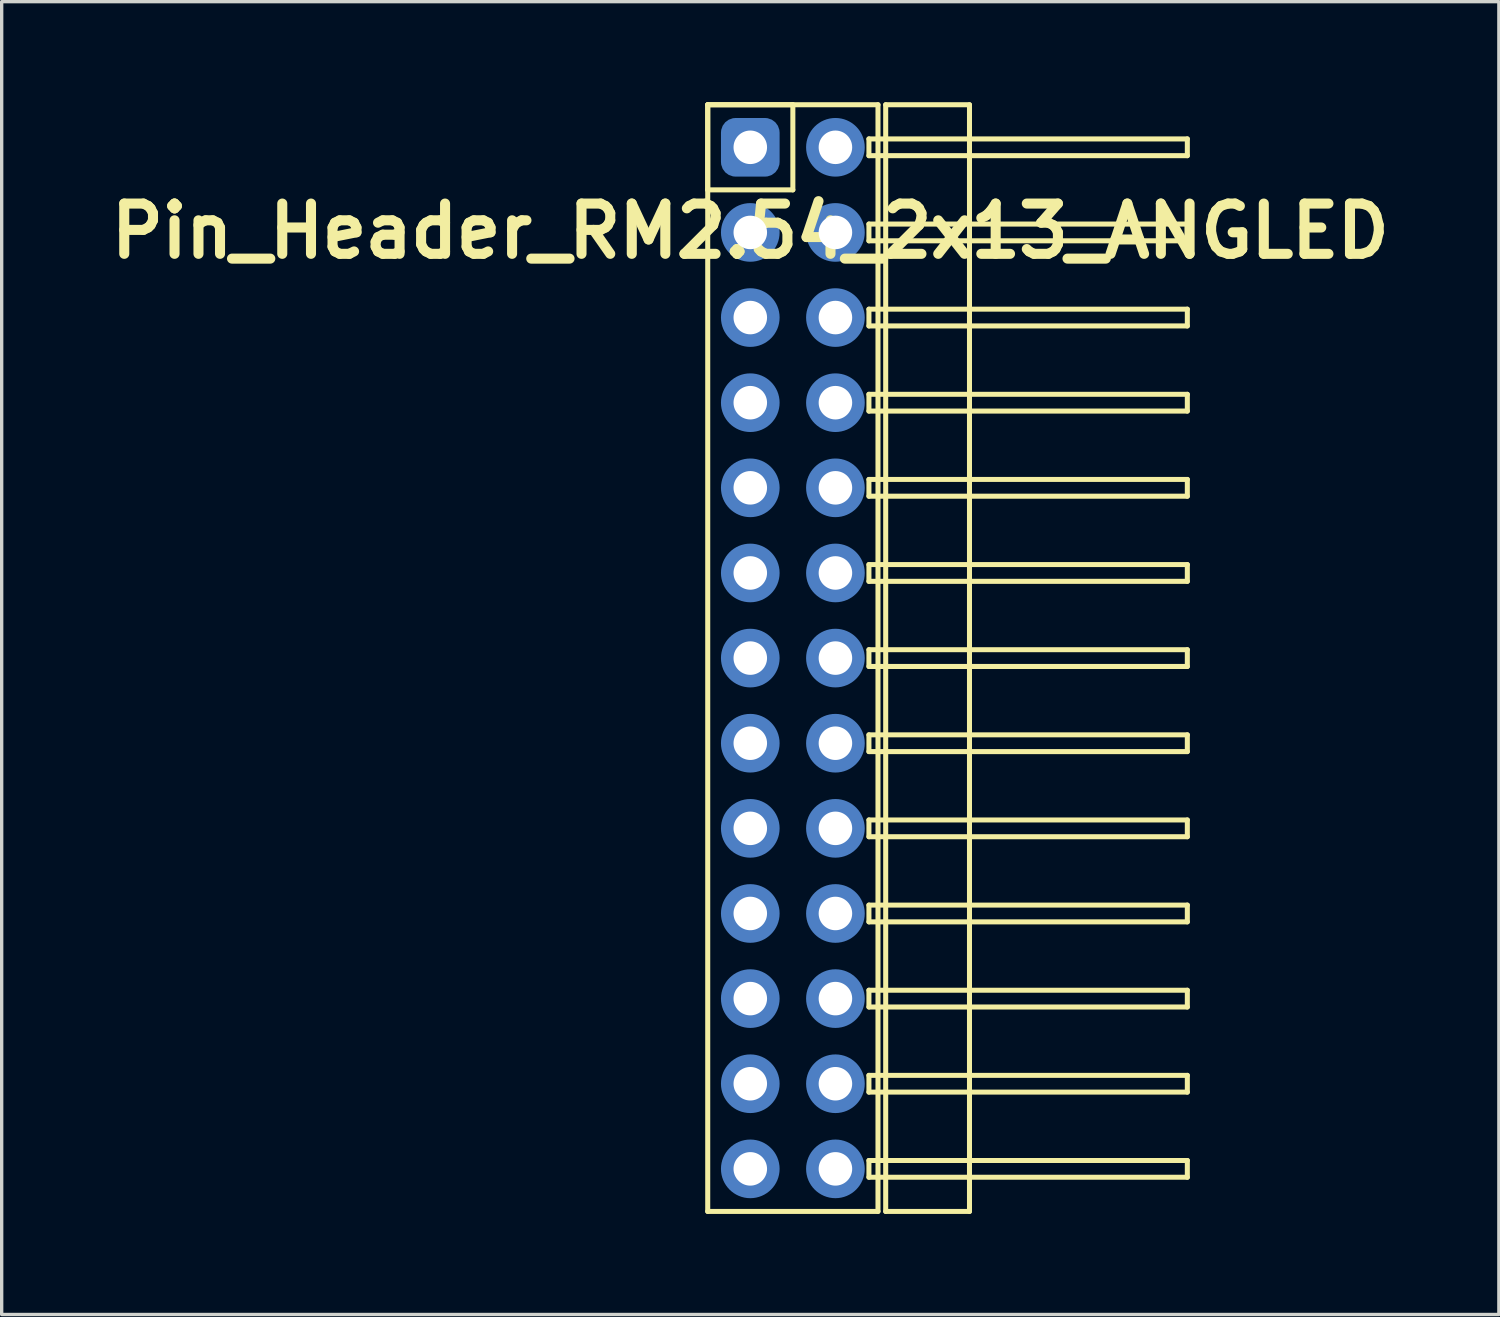
<source format=kicad_pcb>
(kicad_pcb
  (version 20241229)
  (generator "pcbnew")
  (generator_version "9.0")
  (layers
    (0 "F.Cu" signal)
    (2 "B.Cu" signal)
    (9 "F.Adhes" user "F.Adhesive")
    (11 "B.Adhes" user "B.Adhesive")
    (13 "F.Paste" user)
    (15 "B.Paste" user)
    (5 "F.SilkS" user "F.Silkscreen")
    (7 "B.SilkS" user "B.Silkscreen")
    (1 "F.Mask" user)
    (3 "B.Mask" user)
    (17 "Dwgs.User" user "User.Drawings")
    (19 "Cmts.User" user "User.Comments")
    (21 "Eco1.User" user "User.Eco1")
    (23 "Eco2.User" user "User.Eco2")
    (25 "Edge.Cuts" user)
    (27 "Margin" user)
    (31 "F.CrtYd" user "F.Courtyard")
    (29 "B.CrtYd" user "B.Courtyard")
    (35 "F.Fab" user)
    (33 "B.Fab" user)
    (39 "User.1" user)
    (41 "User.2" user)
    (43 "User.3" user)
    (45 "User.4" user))
  (footprint "Pin_Header_RM2.54_2x13_ANGLED"
    (layer "F.Cu")
    (at 19.336 1.345)
    (property "Reference" "Pin_Header_RM2.54_2x13_ANGLED" (at 0 2.5 0) (layer "F.SilkS") (effects (font (size 1.5 1.5) (thickness 0.3))))
    (attr through_hole)
    (fp_line (start -1.27 -1.27) (end 1.27 -1.27) (stroke (width 0.15) (type solid)) (layer "F.SilkS"))
    (fp_line (start -1.27 -1.27) (end 3.81 -1.27) (stroke (width 0.15) (type solid)) (layer "F.SilkS"))
    (fp_line (start -1.27 1.27) (end -1.27 -1.27) (stroke (width 0.15) (type solid)) (layer "F.SilkS"))
    (fp_line (start -1.27 31.75) (end -1.27 -1.27) (stroke (width 0.15) (type solid)) (layer "F.SilkS"))
    (fp_line (start 1.27 -1.27) (end 1.27 1.27) (stroke (width 0.15) (type solid)) (layer "F.SilkS"))
    (fp_line (start 1.27 1.27) (end -1.27 1.27) (stroke (width 0.15) (type solid)) (layer "F.SilkS"))
    (fp_line (start 3.54 -0.25) (end 13.04 -0.25) (stroke (width 0.15) (type solid)) (layer "F.SilkS"))
    (fp_line (start 3.54 0.25) (end 3.54 -0.25) (stroke (width 0.15) (type solid)) (layer "F.SilkS"))
    (fp_line (start 3.54 2.29) (end 13.04 2.29) (stroke (width 0.15) (type solid)) (layer "F.SilkS"))
    (fp_line (start 3.54 2.79) (end 3.54 2.29) (stroke (width 0.15) (type solid)) (layer "F.SilkS"))
    (fp_line (start 3.54 4.83) (end 13.04 4.83) (stroke (width 0.15) (type solid)) (layer "F.SilkS"))
    (fp_line (start 3.54 5.33) (end 3.54 4.83) (stroke (width 0.15) (type solid)) (layer "F.SilkS"))
    (fp_line (start 3.54 7.37) (end 13.04 7.37) (stroke (width 0.15) (type solid)) (layer "F.SilkS"))
    (fp_line (start 3.54 7.87) (end 3.54 7.37) (stroke (width 0.15) (type solid)) (layer "F.SilkS"))
    (fp_line (start 3.54 9.91) (end 13.04 9.91) (stroke (width 0.15) (type solid)) (layer "F.SilkS"))
    (fp_line (start 3.54 10.41) (end 3.54 9.91) (stroke (width 0.15) (type solid)) (layer "F.SilkS"))
    (fp_line (start 3.54 12.45) (end 13.04 12.45) (stroke (width 0.15) (type solid)) (layer "F.SilkS"))
    (fp_line (start 3.54 12.95) (end 3.54 12.45) (stroke (width 0.15) (type solid)) (layer "F.SilkS"))
    (fp_line (start 3.54 14.99) (end 13.04 14.99) (stroke (width 0.15) (type solid)) (layer "F.SilkS"))
    (fp_line (start 3.54 15.49) (end 3.54 14.99) (stroke (width 0.15) (type solid)) (layer "F.SilkS"))
    (fp_line (start 3.54 17.53) (end 13.04 17.53) (stroke (width 0.15) (type solid)) (layer "F.SilkS"))
    (fp_line (start 3.54 18.03) (end 3.54 17.53) (stroke (width 0.15) (type solid)) (layer "F.SilkS"))
    (fp_line (start 3.54 20.07) (end 13.04 20.07) (stroke (width 0.15) (type solid)) (layer "F.SilkS"))
    (fp_line (start 3.54 20.57) (end 3.54 20.07) (stroke (width 0.15) (type solid)) (layer "F.SilkS"))
    (fp_line (start 3.54 22.61) (end 13.04 22.61) (stroke (width 0.15) (type solid)) (layer "F.SilkS"))
    (fp_line (start 3.54 23.11) (end 3.54 22.61) (stroke (width 0.15) (type solid)) (layer "F.SilkS"))
    (fp_line (start 3.54 25.15) (end 13.04 25.15) (stroke (width 0.15) (type solid)) (layer "F.SilkS"))
    (fp_line (start 3.54 25.65) (end 3.54 25.15) (stroke (width 0.15) (type solid)) (layer "F.SilkS"))
    (fp_line (start 3.54 27.69) (end 13.04 27.69) (stroke (width 0.15) (type solid)) (layer "F.SilkS"))
    (fp_line (start 3.54 28.19) (end 3.54 27.69) (stroke (width 0.15) (type solid)) (layer "F.SilkS"))
    (fp_line (start 3.54 30.23) (end 13.04 30.23) (stroke (width 0.15) (type solid)) (layer "F.SilkS"))
    (fp_line (start 3.54 30.73) (end 3.54 30.23) (stroke (width 0.15) (type solid)) (layer "F.SilkS"))
    (fp_line (start 3.81 -1.27) (end 3.81 31.75) (stroke (width 0.15) (type solid)) (layer "F.SilkS"))
    (fp_line (start 3.81 31.75) (end -1.27 31.75) (stroke (width 0.15) (type solid)) (layer "F.SilkS"))
    (fp_line (start 4.04 -1.27) (end 6.54 -1.27) (stroke (width 0.15) (type solid)) (layer "F.SilkS"))
    (fp_line (start 4.04 31.75) (end 4.04 -1.27) (stroke (width 0.15) (type solid)) (layer "F.SilkS"))
    (fp_line (start 6.54 -1.27) (end 6.54 31.75) (stroke (width 0.15) (type solid)) (layer "F.SilkS"))
    (fp_line (start 6.54 31.75) (end 4.04 31.75) (stroke (width 0.15) (type solid)) (layer "F.SilkS"))
    (fp_line (start 13.04 -0.25) (end 13.04 0.25) (stroke (width 0.15) (type solid)) (layer "F.SilkS"))
    (fp_line (start 13.04 0.25) (end 3.54 0.25) (stroke (width 0.15) (type solid)) (layer "F.SilkS"))
    (fp_line (start 13.04 2.29) (end 13.04 2.79) (stroke (width 0.15) (type solid)) (layer "F.SilkS"))
    (fp_line (start 13.04 2.79) (end 3.54 2.79) (stroke (width 0.15) (type solid)) (layer "F.SilkS"))
    (fp_line (start 13.04 4.83) (end 13.04 5.33) (stroke (width 0.15) (type solid)) (layer "F.SilkS"))
    (fp_line (start 13.04 5.33) (end 3.54 5.33) (stroke (width 0.15) (type solid)) (layer "F.SilkS"))
    (fp_line (start 13.04 7.37) (end 13.04 7.87) (stroke (width 0.15) (type solid)) (layer "F.SilkS"))
    (fp_line (start 13.04 7.87) (end 3.54 7.87) (stroke (width 0.15) (type solid)) (layer "F.SilkS"))
    (fp_line (start 13.04 9.91) (end 13.04 10.41) (stroke (width 0.15) (type solid)) (layer "F.SilkS"))
    (fp_line (start 13.04 10.41) (end 3.54 10.41) (stroke (width 0.15) (type solid)) (layer "F.SilkS"))
    (fp_line (start 13.04 12.45) (end 13.04 12.95) (stroke (width 0.15) (type solid)) (layer "F.SilkS"))
    (fp_line (start 13.04 12.95) (end 3.54 12.95) (stroke (width 0.15) (type solid)) (layer "F.SilkS"))
    (fp_line (start 13.04 14.99) (end 13.04 15.49) (stroke (width 0.15) (type solid)) (layer "F.SilkS"))
    (fp_line (start 13.04 15.49) (end 3.54 15.49) (stroke (width 0.15) (type solid)) (layer "F.SilkS"))
    (fp_line (start 13.04 17.53) (end 13.04 18.03) (stroke (width 0.15) (type solid)) (layer "F.SilkS"))
    (fp_line (start 13.04 18.03) (end 3.54 18.03) (stroke (width 0.15) (type solid)) (layer "F.SilkS"))
    (fp_line (start 13.04 20.07) (end 13.04 20.57) (stroke (width 0.15) (type solid)) (layer "F.SilkS"))
    (fp_line (start 13.04 20.57) (end 3.54 20.57) (stroke (width 0.15) (type solid)) (layer "F.SilkS"))
    (fp_line (start 13.04 22.61) (end 13.04 23.11) (stroke (width 0.15) (type solid)) (layer "F.SilkS"))
    (fp_line (start 13.04 23.11) (end 3.54 23.11) (stroke (width 0.15) (type solid)) (layer "F.SilkS"))
    (fp_line (start 13.04 25.15) (end 13.04 25.65) (stroke (width 0.15) (type solid)) (layer "F.SilkS"))
    (fp_line (start 13.04 25.65) (end 3.54 25.65) (stroke (width 0.15) (type solid)) (layer "F.SilkS"))
    (fp_line (start 13.04 27.69) (end 13.04 28.19) (stroke (width 0.15) (type solid)) (layer "F.SilkS"))
    (fp_line (start 13.04 28.19) (end 3.54 28.19) (stroke (width 0.15) (type solid)) (layer "F.SilkS"))
    (fp_line (start 13.04 30.23) (end 13.04 30.73) (stroke (width 0.15) (type solid)) (layer "F.SilkS"))
    (fp_line (start 13.04 30.73) (end 3.54 30.73) (stroke (width 0.15) (type solid)) (layer "F.SilkS"))
    (pad "1" thru_hole circle (at 0 0) (size 1.3 1.3) (drill 1) (layers "*.Cu" "*.Mask"))
    (pad "1" smd roundrect (at 0 0) (size 1.5 1.5) (layers "F.Cu" "F.Mask") (roundrect_rratio 0.25))
    (pad "1" smd roundrect (at 0 0) (size 1.75 1.75) (layers "B.Cu" "B.Mask") (roundrect_rratio 0.25))
    (pad "2" thru_hole circle (at 2.54 0) (size 1.3 1.3) (drill 1) (layers "*.Cu" "*.Mask"))
    (pad "2" smd circle (at 2.54 0) (size 1.5 1.5) (layers "F.Cu" "F.Mask"))
    (pad "2" smd circle (at 2.54 0) (size 1.75 1.75) (layers "B.Cu" "B.Mask"))
    (pad "3" thru_hole circle (at 0 2.54) (size 1.3 1.3) (drill 1) (layers "*.Cu" "*.Mask"))
    (pad "3" smd circle (at 0 2.54) (size 1.5 1.5) (layers "F.Cu" "F.Mask"))
    (pad "3" smd circle (at 0 2.54) (size 1.75 1.75) (layers "B.Cu" "B.Mask"))
    (pad "4" thru_hole circle (at 2.54 2.54) (size 1.3 1.3) (drill 1) (layers "*.Cu" "*.Mask"))
    (pad "4" smd circle (at 2.54 2.54) (size 1.5 1.5) (layers "F.Cu" "F.Mask"))
    (pad "4" smd circle (at 2.54 2.54) (size 1.75 1.75) (layers "B.Cu" "B.Mask"))
    (pad "5" thru_hole circle (at 0 5.08) (size 1.3 1.3) (drill 1) (layers "*.Cu" "*.Mask"))
    (pad "5" smd circle (at 0 5.08) (size 1.5 1.5) (layers "F.Cu" "F.Mask"))
    (pad "5" smd circle (at 0 5.08) (size 1.75 1.75) (layers "B.Cu" "B.Mask"))
    (pad "6" thru_hole circle (at 2.54 5.08) (size 1.3 1.3) (drill 1) (layers "*.Cu" "*.Mask"))
    (pad "6" smd circle (at 2.54 5.08) (size 1.5 1.5) (layers "F.Cu" "F.Mask"))
    (pad "6" smd circle (at 2.54 5.08) (size 1.75 1.75) (layers "B.Cu" "B.Mask"))
    (pad "7" thru_hole circle (at 0 7.62) (size 1.3 1.3) (drill 1) (layers "*.Cu" "*.Mask"))
    (pad "7" smd circle (at 0 7.62) (size 1.5 1.5) (layers "F.Cu" "F.Mask"))
    (pad "7" smd circle (at 0 7.62) (size 1.75 1.75) (layers "B.Cu" "B.Mask"))
    (pad "8" thru_hole circle (at 2.54 7.62) (size 1.3 1.3) (drill 1) (layers "*.Cu" "*.Mask"))
    (pad "8" smd circle (at 2.54 7.62) (size 1.5 1.5) (layers "F.Cu" "F.Mask"))
    (pad "8" smd circle (at 2.54 7.62) (size 1.75 1.75) (layers "B.Cu" "B.Mask"))
    (pad "9" thru_hole circle (at 0 10.16) (size 1.3 1.3) (drill 1) (layers "*.Cu" "*.Mask"))
    (pad "9" smd circle (at 0 10.16) (size 1.5 1.5) (layers "F.Cu" "F.Mask"))
    (pad "9" smd circle (at 0 10.16) (size 1.75 1.75) (layers "B.Cu" "B.Mask"))
    (pad "10" thru_hole circle (at 2.54 10.16) (size 1.3 1.3) (drill 1) (layers "*.Cu" "*.Mask"))
    (pad "10" smd circle (at 2.54 10.16) (size 1.5 1.5) (layers "F.Cu" "F.Mask"))
    (pad "10" smd circle (at 2.54 10.16) (size 1.75 1.75) (layers "B.Cu" "B.Mask"))
    (pad "11" thru_hole circle (at 0 12.7) (size 1.3 1.3) (drill 1) (layers "*.Cu" "*.Mask"))
    (pad "11" smd circle (at 0 12.7) (size 1.5 1.5) (layers "F.Cu" "F.Mask"))
    (pad "11" smd circle (at 0 12.7) (size 1.75 1.75) (layers "B.Cu" "B.Mask"))
    (pad "12" thru_hole circle (at 2.54 12.7) (size 1.3 1.3) (drill 1) (layers "*.Cu" "*.Mask"))
    (pad "12" smd circle (at 2.54 12.7) (size 1.5 1.5) (layers "F.Cu" "F.Mask"))
    (pad "12" smd circle (at 2.54 12.7) (size 1.75 1.75) (layers "B.Cu" "B.Mask"))
    (pad "13" thru_hole circle (at 0 15.24) (size 1.3 1.3) (drill 1) (layers "*.Cu" "*.Mask"))
    (pad "13" smd circle (at 0 15.24) (size 1.5 1.5) (layers "F.Cu" "F.Mask"))
    (pad "13" smd circle (at 0 15.24) (size 1.75 1.75) (layers "B.Cu" "B.Mask"))
    (pad "14" thru_hole circle (at 2.54 15.24) (size 1.3 1.3) (drill 1) (layers "*.Cu" "*.Mask"))
    (pad "14" smd circle (at 2.54 15.24) (size 1.5 1.5) (layers "F.Cu" "F.Mask"))
    (pad "14" smd circle (at 2.54 15.24) (size 1.75 1.75) (layers "B.Cu" "B.Mask"))
    (pad "15" thru_hole circle (at 0 17.78) (size 1.3 1.3) (drill 1) (layers "*.Cu" "*.Mask"))
    (pad "15" smd circle (at 0 17.78) (size 1.5 1.5) (layers "F.Cu" "F.Mask"))
    (pad "15" smd circle (at 0 17.78) (size 1.75 1.75) (layers "B.Cu" "B.Mask"))
    (pad "16" thru_hole circle (at 2.54 17.78) (size 1.3 1.3) (drill 1) (layers "*.Cu" "*.Mask"))
    (pad "16" smd circle (at 2.54 17.78) (size 1.5 1.5) (layers "F.Cu" "F.Mask"))
    (pad "16" smd circle (at 2.54 17.78) (size 1.75 1.75) (layers "B.Cu" "B.Mask"))
    (pad "17" thru_hole circle (at 0 20.32) (size 1.3 1.3) (drill 1) (layers "*.Cu" "*.Mask"))
    (pad "17" smd circle (at 0 20.32) (size 1.5 1.5) (layers "F.Cu" "F.Mask"))
    (pad "17" smd circle (at 0 20.32) (size 1.75 1.75) (layers "B.Cu" "B.Mask"))
    (pad "18" thru_hole circle (at 2.54 20.32) (size 1.3 1.3) (drill 1) (layers "*.Cu" "*.Mask"))
    (pad "18" smd circle (at 2.54 20.32) (size 1.5 1.5) (layers "F.Cu" "F.Mask"))
    (pad "18" smd circle (at 2.54 20.32) (size 1.75 1.75) (layers "B.Cu" "B.Mask"))
    (pad "19" thru_hole circle (at 0 22.86) (size 1.3 1.3) (drill 1) (layers "*.Cu" "*.Mask"))
    (pad "19" smd circle (at 0 22.86) (size 1.5 1.5) (layers "F.Cu" "F.Mask"))
    (pad "19" smd circle (at 0 22.86) (size 1.75 1.75) (layers "B.Cu" "B.Mask"))
    (pad "20" thru_hole circle (at 2.54 22.86) (size 1.3 1.3) (drill 1) (layers "*.Cu" "*.Mask"))
    (pad "20" smd circle (at 2.54 22.86) (size 1.5 1.5) (layers "F.Cu" "F.Mask"))
    (pad "20" smd circle (at 2.54 22.86) (size 1.75 1.75) (layers "B.Cu" "B.Mask"))
    (pad "21" thru_hole circle (at 0 25.4) (size 1.3 1.3) (drill 1) (layers "*.Cu" "*.Mask"))
    (pad "21" smd circle (at 0 25.4) (size 1.5 1.5) (layers "F.Cu" "F.Mask"))
    (pad "21" smd circle (at 0 25.4) (size 1.75 1.75) (layers "B.Cu" "B.Mask"))
    (pad "22" thru_hole circle (at 2.54 25.4) (size 1.3 1.3) (drill 1) (layers "*.Cu" "*.Mask"))
    (pad "22" smd circle (at 2.54 25.4) (size 1.5 1.5) (layers "F.Cu" "F.Mask"))
    (pad "22" smd circle (at 2.54 25.4) (size 1.75 1.75) (layers "B.Cu" "B.Mask"))
    (pad "23" thru_hole circle (at 0 27.94) (size 1.3 1.3) (drill 1) (layers "*.Cu" "*.Mask"))
    (pad "23" smd circle (at 0 27.94) (size 1.5 1.5) (layers "F.Cu" "F.Mask"))
    (pad "23" smd circle (at 0 27.94) (size 1.75 1.75) (layers "B.Cu" "B.Mask"))
    (pad "24" thru_hole circle (at 2.54 27.94) (size 1.3 1.3) (drill 1) (layers "*.Cu" "*.Mask"))
    (pad "24" smd circle (at 2.54 27.94) (size 1.5 1.5) (layers "F.Cu" "F.Mask"))
    (pad "24" smd circle (at 2.54 27.94) (size 1.75 1.75) (layers "B.Cu" "B.Mask"))
    (pad "25" thru_hole circle (at 0 30.48) (size 1.3 1.3) (drill 1) (layers "*.Cu" "*.Mask"))
    (pad "25" smd circle (at 0 30.48) (size 1.5 1.5) (layers "F.Cu" "F.Mask"))
    (pad "25" smd circle (at 0 30.48) (size 1.75 1.75) (layers "B.Cu" "B.Mask"))
    (pad "26" thru_hole circle (at 2.54 30.48) (size 1.3 1.3) (drill 1) (layers "*.Cu" "*.Mask"))
    (pad "26" smd circle (at 2.54 30.48) (size 1.5 1.5) (layers "F.Cu" "F.Mask"))
    (pad "26" smd circle (at 2.54 30.48) (size 1.75 1.75) (layers "B.Cu" "B.Mask")))
  (gr_rect
    (start -3 -3)
    (end 41.671 36.17)
    (stroke (width 0.1) (type default))
    (fill no)
    (layer "Edge.Cuts")))
</source>
